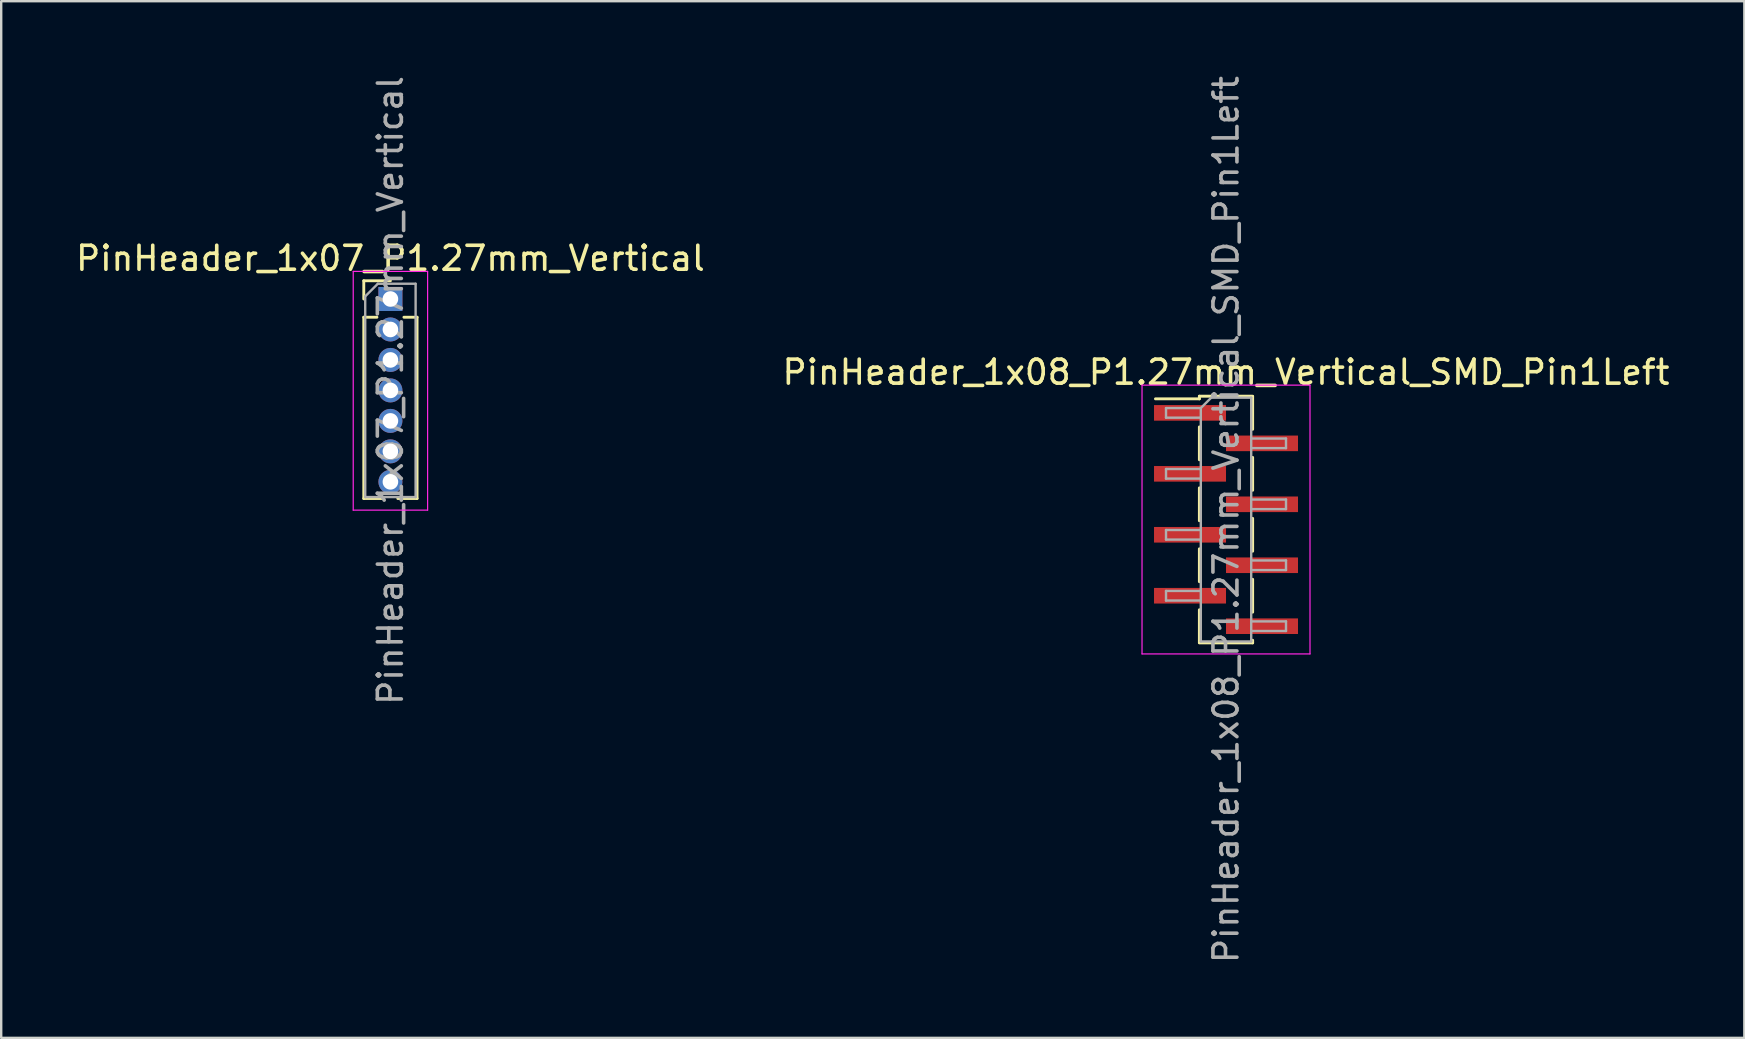
<source format=kicad_pcb>
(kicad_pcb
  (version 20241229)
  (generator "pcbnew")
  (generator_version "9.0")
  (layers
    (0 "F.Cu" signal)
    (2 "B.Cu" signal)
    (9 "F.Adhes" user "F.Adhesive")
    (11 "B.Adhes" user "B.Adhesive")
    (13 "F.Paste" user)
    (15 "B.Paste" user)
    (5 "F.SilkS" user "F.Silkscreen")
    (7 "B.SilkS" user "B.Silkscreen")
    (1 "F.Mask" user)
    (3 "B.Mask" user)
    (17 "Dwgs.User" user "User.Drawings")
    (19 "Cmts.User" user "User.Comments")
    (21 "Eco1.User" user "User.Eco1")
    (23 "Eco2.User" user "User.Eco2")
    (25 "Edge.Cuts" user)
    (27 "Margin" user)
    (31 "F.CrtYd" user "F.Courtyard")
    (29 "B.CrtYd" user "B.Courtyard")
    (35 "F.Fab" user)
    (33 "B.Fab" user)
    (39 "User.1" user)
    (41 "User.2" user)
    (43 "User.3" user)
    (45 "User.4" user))
  (footprint "PinHeader_1x08_P1.27mm_Vertical_SMD_Pin1Left"
    (layer "F.Cu")
    (at 48.042 18.601)
    (property "Reference" "PinHeader_1x08_P1.27mm_Vertical_SMD_Pin1Left" (at 0 -6.14 0) (layer "F.SilkS") (effects (font (size 1 1) (thickness 0.15))))
    (attr smd)
    (fp_line (start -1.11 -5.14) (end -1.11 -5.03) (stroke (width 0.12) (type solid)) (layer "F.SilkS"))
    (fp_line (start -1.11 -5.14) (end 1.11 -5.14) (stroke (width 0.12) (type solid)) (layer "F.SilkS"))
    (fp_line (start -1.11 -5.03) (end -2.94 -5.03) (stroke (width 0.12) (type solid)) (layer "F.SilkS"))
    (fp_line (start -1.11 -3.86) (end -1.11 -2.49) (stroke (width 0.12) (type solid)) (layer "F.SilkS"))
    (fp_line (start -1.11 -1.32) (end -1.11 0.05) (stroke (width 0.12) (type solid)) (layer "F.SilkS"))
    (fp_line (start -1.11 1.22) (end -1.11 2.59) (stroke (width 0.12) (type solid)) (layer "F.SilkS"))
    (fp_line (start -1.11 3.76) (end -1.11 5.13) (stroke (width 0.12) (type solid)) (layer "F.SilkS"))
    (fp_line (start -1.11 5.14) (end 1.11 5.14) (stroke (width 0.12) (type solid)) (layer "F.SilkS"))
    (fp_line (start 1.11 -5.13) (end 1.11 -3.76) (stroke (width 0.12) (type solid)) (layer "F.SilkS"))
    (fp_line (start 1.11 -2.59) (end 1.11 -1.22) (stroke (width 0.12) (type solid)) (layer "F.SilkS"))
    (fp_line (start 1.11 -0.05) (end 1.11 1.32) (stroke (width 0.12) (type solid)) (layer "F.SilkS"))
    (fp_line (start 1.11 2.49) (end 1.11 3.86) (stroke (width 0.12) (type solid)) (layer "F.SilkS"))
    (fp_line (start 1.11 5.03) (end 1.11 5.14) (stroke (width 0.12) (type solid)) (layer "F.SilkS"))
    (fp_line (start -3.5 -5.6) (end -3.5 5.6) (stroke (width 0.05) (type solid)) (layer "F.CrtYd"))
    (fp_line (start -3.5 5.6) (end 3.5 5.6) (stroke (width 0.05) (type solid)) (layer "F.CrtYd"))
    (fp_line (start 3.5 -5.6) (end -3.5 -5.6) (stroke (width 0.05) (type solid)) (layer "F.CrtYd"))
    (fp_line (start 3.5 5.6) (end 3.5 -5.6) (stroke (width 0.05) (type solid)) (layer "F.CrtYd"))
    (fp_line (start -2.5 -4.645) (end -2.5 -4.245) (stroke (width 0.1) (type solid)) (layer "F.Fab"))
    (fp_line (start -2.5 -4.245) (end -1.05 -4.245) (stroke (width 0.1) (type solid)) (layer "F.Fab"))
    (fp_line (start -2.5 -2.105) (end -2.5 -1.705) (stroke (width 0.1) (type solid)) (layer "F.Fab"))
    (fp_line (start -2.5 -1.705) (end -1.05 -1.705) (stroke (width 0.1) (type solid)) (layer "F.Fab"))
    (fp_line (start -2.5 0.435) (end -2.5 0.835) (stroke (width 0.1) (type solid)) (layer "F.Fab"))
    (fp_line (start -2.5 0.835) (end -1.05 0.835) (stroke (width 0.1) (type solid)) (layer "F.Fab"))
    (fp_line (start -2.5 2.975) (end -2.5 3.375) (stroke (width 0.1) (type solid)) (layer "F.Fab"))
    (fp_line (start -2.5 3.375) (end -1.05 3.375) (stroke (width 0.1) (type solid)) (layer "F.Fab"))
    (fp_line (start -1.05 -4.645) (end -2.5 -4.645) (stroke (width 0.1) (type solid)) (layer "F.Fab"))
    (fp_line (start -1.05 -4.645) (end -0.615 -5.08) (stroke (width 0.1) (type solid)) (layer "F.Fab"))
    (fp_line (start -1.05 -2.105) (end -2.5 -2.105) (stroke (width 0.1) (type solid)) (layer "F.Fab"))
    (fp_line (start -1.05 0.435) (end -2.5 0.435) (stroke (width 0.1) (type solid)) (layer "F.Fab"))
    (fp_line (start -1.05 2.975) (end -2.5 2.975) (stroke (width 0.1) (type solid)) (layer "F.Fab"))
    (fp_line (start -1.05 5.08) (end -1.05 -4.645) (stroke (width 0.1) (type solid)) (layer "F.Fab"))
    (fp_line (start -0.615 -5.08) (end 1.05 -5.08) (stroke (width 0.1) (type solid)) (layer "F.Fab"))
    (fp_line (start 1.05 -5.08) (end 1.05 5.08) (stroke (width 0.1) (type solid)) (layer "F.Fab"))
    (fp_line (start 1.05 -3.375) (end 2.5 -3.375) (stroke (width 0.1) (type solid)) (layer "F.Fab"))
    (fp_line (start 1.05 -0.835) (end 2.5 -0.835) (stroke (width 0.1) (type solid)) (layer "F.Fab"))
    (fp_line (start 1.05 1.705) (end 2.5 1.705) (stroke (width 0.1) (type solid)) (layer "F.Fab"))
    (fp_line (start 1.05 4.245) (end 2.5 4.245) (stroke (width 0.1) (type solid)) (layer "F.Fab"))
    (fp_line (start 1.05 5.08) (end -1.05 5.08) (stroke (width 0.1) (type solid)) (layer "F.Fab"))
    (fp_line (start 2.5 -3.375) (end 2.5 -2.975) (stroke (width 0.1) (type solid)) (layer "F.Fab"))
    (fp_line (start 2.5 -2.975) (end 1.05 -2.975) (stroke (width 0.1) (type solid)) (layer "F.Fab"))
    (fp_line (start 2.5 -0.835) (end 2.5 -0.435) (stroke (width 0.1) (type solid)) (layer "F.Fab"))
    (fp_line (start 2.5 -0.435) (end 1.05 -0.435) (stroke (width 0.1) (type solid)) (layer "F.Fab"))
    (fp_line (start 2.5 1.705) (end 2.5 2.105) (stroke (width 0.1) (type solid)) (layer "F.Fab"))
    (fp_line (start 2.5 2.105) (end 1.05 2.105) (stroke (width 0.1) (type solid)) (layer "F.Fab"))
    (fp_line (start 2.5 4.245) (end 2.5 4.645) (stroke (width 0.1) (type solid)) (layer "F.Fab"))
    (fp_line (start 2.5 4.645) (end 1.05 4.645) (stroke (width 0.1) (type solid)) (layer "F.Fab"))
    (fp_text user "${REFERENCE}" (at 0 0 90) (layer "F.Fab") (effects (font (size 1 1) (thickness 0.15))))
    (pad "1" smd rect (at -1.5 -4.445) (size 3 0.65) (layers "F.Cu" "F.Mask" "F.Paste"))
    (pad "2" smd rect (at 1.5 -3.175) (size 3 0.65) (layers "F.Cu" "F.Mask" "F.Paste"))
    (pad "3" smd rect (at -1.5 -1.905) (size 3 0.65) (layers "F.Cu" "F.Mask" "F.Paste"))
    (pad "4" smd rect (at 1.5 -0.635) (size 3 0.65) (layers "F.Cu" "F.Mask" "F.Paste"))
    (pad "5" smd rect (at -1.5 0.635) (size 3 0.65) (layers "F.Cu" "F.Mask" "F.Paste"))
    (pad "6" smd rect (at 1.5 1.905) (size 3 0.65) (layers "F.Cu" "F.Mask" "F.Paste"))
    (pad "7" smd rect (at -1.5 3.175) (size 3 0.65) (layers "F.Cu" "F.Mask" "F.Paste"))
    (pad "8" smd rect (at 1.5 4.445) (size 3 0.65) (layers "F.Cu" "F.Mask" "F.Paste")))
  (footprint "PinHeader_1x07_P1.27mm_Vertical"
    (layer "F.Cu")
    (at 13.22 9.41)
    (property "Reference" "PinHeader_1x07_P1.27mm_Vertical" (at 0 -1.695 0) (layer "F.SilkS") (effects (font (size 1 1) (thickness 0.15))))
    (attr through_hole)
    (fp_line (start -1.11 -0.76) (end 0 -0.76) (stroke (width 0.12) (type solid)) (layer "F.SilkS"))
    (fp_line (start -1.11 0) (end -1.11 -0.76) (stroke (width 0.12) (type solid)) (layer "F.SilkS"))
    (fp_line (start -1.11 0.76) (end -1.11 8.315) (stroke (width 0.12) (type solid)) (layer "F.SilkS"))
    (fp_line (start -1.11 0.76) (end -0.563 0.76) (stroke (width 0.12) (type solid)) (layer "F.SilkS"))
    (fp_line (start -1.11 8.315) (end -0.308 8.315) (stroke (width 0.12) (type solid)) (layer "F.SilkS"))
    (fp_line (start 0.308 8.315) (end 1.11 8.315) (stroke (width 0.12) (type solid)) (layer "F.SilkS"))
    (fp_line (start 0.563 0.76) (end 1.11 0.76) (stroke (width 0.12) (type solid)) (layer "F.SilkS"))
    (fp_line (start 1.11 0.76) (end 1.11 8.315) (stroke (width 0.12) (type solid)) (layer "F.SilkS"))
    (fp_line (start -1.55 -1.15) (end -1.55 8.8) (stroke (width 0.05) (type solid)) (layer "F.CrtYd"))
    (fp_line (start -1.55 8.8) (end 1.55 8.8) (stroke (width 0.05) (type solid)) (layer "F.CrtYd"))
    (fp_line (start 1.55 -1.15) (end -1.55 -1.15) (stroke (width 0.05) (type solid)) (layer "F.CrtYd"))
    (fp_line (start 1.55 8.8) (end 1.55 -1.15) (stroke (width 0.05) (type solid)) (layer "F.CrtYd"))
    (fp_line (start -1.05 -0.11) (end -0.525 -0.635) (stroke (width 0.1) (type solid)) (layer "F.Fab"))
    (fp_line (start -1.05 8.255) (end -1.05 -0.11) (stroke (width 0.1) (type solid)) (layer "F.Fab"))
    (fp_line (start -0.525 -0.635) (end 1.05 -0.635) (stroke (width 0.1) (type solid)) (layer "F.Fab"))
    (fp_line (start 1.05 -0.635) (end 1.05 8.255) (stroke (width 0.1) (type solid)) (layer "F.Fab"))
    (fp_line (start 1.05 8.255) (end -1.05 8.255) (stroke (width 0.1) (type solid)) (layer "F.Fab"))
    (fp_text user "${REFERENCE}" (at 0 3.81 90) (layer "F.Fab") (effects (font (size 1 1) (thickness 0.15))))
    (pad "1" thru_hole rect (at 0 0) (size 1 1) (drill 0.65) (layers "*.Cu" "*.Mask"))
    (pad "2" thru_hole oval (at 0 1.27) (size 1 1) (drill 0.65) (layers "*.Cu" "*.Mask"))
    (pad "3" thru_hole oval (at 0 2.54) (size 1 1) (drill 0.65) (layers "*.Cu" "*.Mask"))
    (pad "4" thru_hole oval (at 0 3.81) (size 1 1) (drill 0.65) (layers "*.Cu" "*.Mask"))
    (pad "5" thru_hole oval (at 0 5.08) (size 1 1) (drill 0.65) (layers "*.Cu" "*.Mask"))
    (pad "6" thru_hole oval (at 0 6.35) (size 1 1) (drill 0.65) (layers "*.Cu" "*.Mask"))
    (pad "7" thru_hole oval (at 0 7.62) (size 1 1) (drill 0.65) (layers "*.Cu" "*.Mask")))
  (gr_rect
    (start -3 -3)
    (end 69.643 40.202)
    (stroke (width 0.1) (type default))
    (fill no)
    (layer "Edge.Cuts")))
</source>
